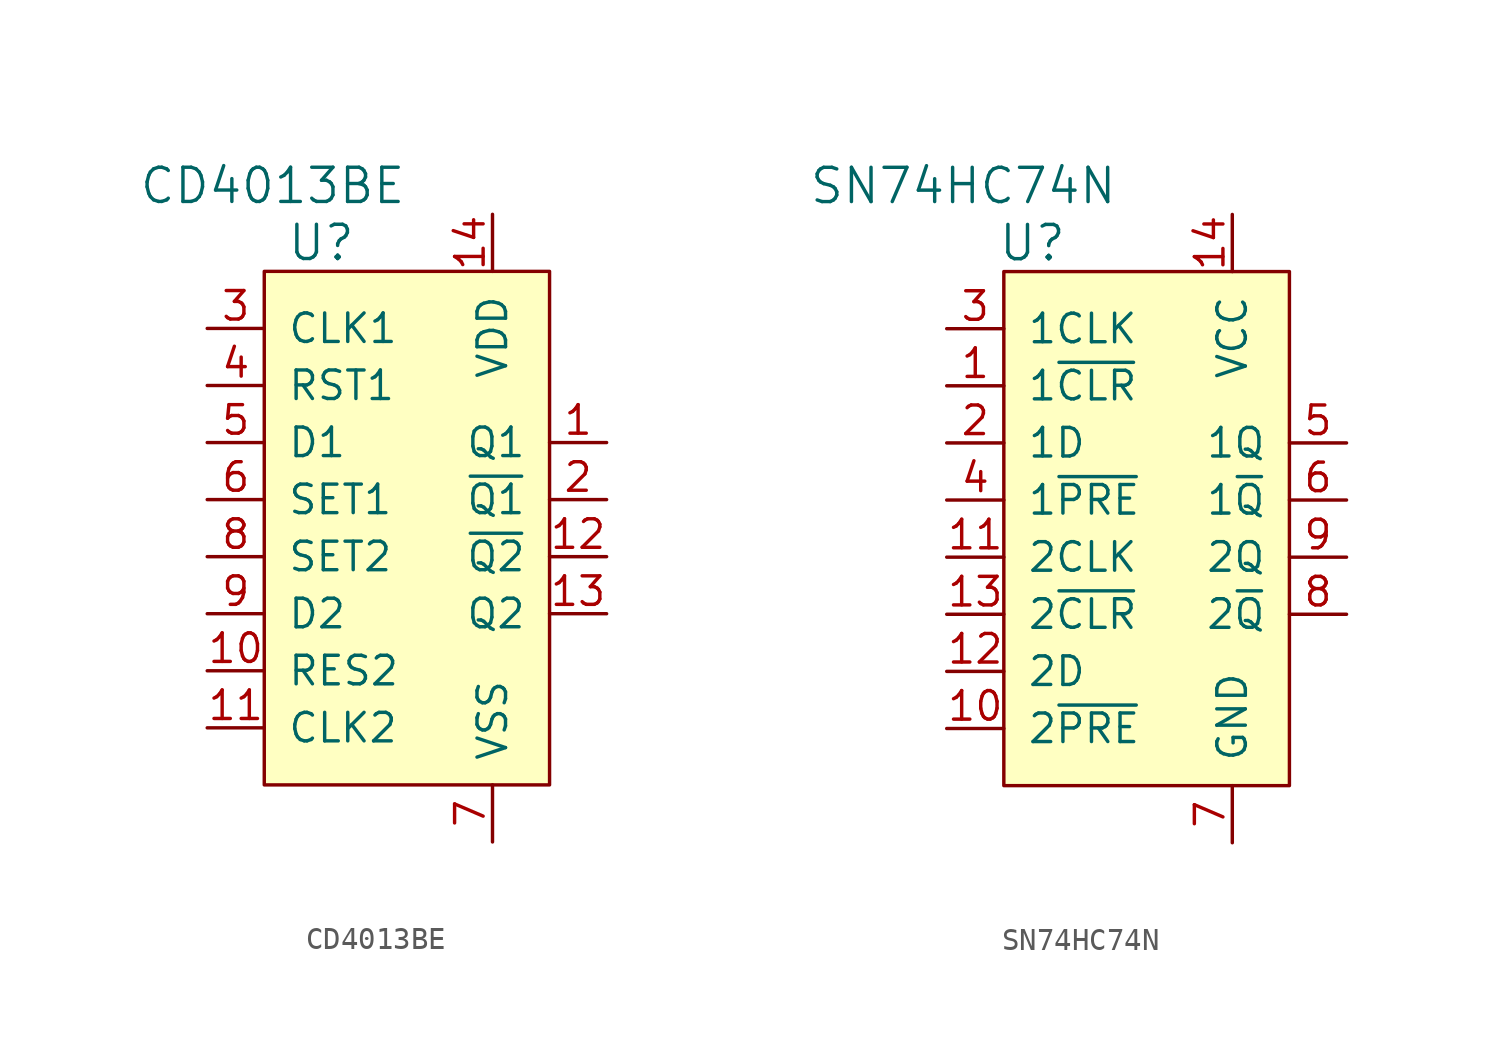
<source format=kicad_sym>
(kicad_symbol_lib
  (version 20220914)
  (generator kicad_symbol_editor)
  (symbol "CD4013BE"
    (pin_names
      (offset 1.016))
    (property "Reference" "U"
      (at -5.08 3.81 0)
      (effects (font (size 1.524 1.524))))
    (property "Value" "CD4013BE"
      (at -1.27 6.35 0)
      (effects (font (size 1.524 1.524)) (justify right)))
    (symbol "CD4013BE_0_1"
      (rectangle (start -7.62 2.54) (end 5.08 -20.32) (stroke (width 0) (type solid)) (fill (type background))))
    (symbol "CD4013BE_1_1"
      (pin output line (at 7.62 -5.08 180) (length 2.54) (name "Q1" (effects (font (size 1.27 1.27)))) (number "1" (effects (font (size 1.27 1.27)))))
      (pin input line (at -10.16 -15.24 0) (length 2.54) (name "RES2" (effects (font (size 1.27 1.27)))) (number "10" (effects (font (size 1.27 1.27)))))
      (pin input line (at -10.16 -17.78 0) (length 2.54) (name "CLK2" (effects (font (size 1.27 1.27)))) (number "11" (effects (font (size 1.27 1.27)))))
      (pin output line (at 7.62 -10.16 180) (length 2.54) (name "~{Q2}" (effects (font (size 1.27 1.27)))) (number "12" (effects (font (size 1.27 1.27)))))
      (pin output line (at 7.62 -12.7 180) (length 2.54) (name "Q2" (effects (font (size 1.27 1.27)))) (number "13" (effects (font (size 1.27 1.27)))))
      (pin power_in line (at 2.54 5.08 270) (length 2.54) (name "VDD" (effects (font (size 1.27 1.27)))) (number "14" (effects (font (size 1.27 1.27)))))
      (pin output line (at 7.62 -7.62 180) (length 2.54) (name "~{Q1}" (effects (font (size 1.27 1.27)))) (number "2" (effects (font (size 1.27 1.27)))))
      (pin input line (at -10.16 0 0) (length 2.54) (name "CLK1" (effects (font (size 1.27 1.27)))) (number "3" (effects (font (size 1.27 1.27)))))
      (pin input line (at -10.16 -2.54 0) (length 2.54) (name "RST1" (effects (font (size 1.27 1.27)))) (number "4" (effects (font (size 1.27 1.27)))))
      (pin input line (at -10.16 -5.08 0) (length 2.54) (name "D1" (effects (font (size 1.27 1.27)))) (number "5" (effects (font (size 1.27 1.27)))))
      (pin input line (at -10.16 -7.62 0) (length 2.54) (name "SET1" (effects (font (size 1.27 1.27)))) (number "6" (effects (font (size 1.27 1.27)))))
      (pin power_in line (at 2.54 -22.86 90) (length 2.54) (name "VSS" (effects (font (size 1.27 1.27)))) (number "7" (effects (font (size 1.27 1.27)))))
      (pin input line (at -10.16 -10.16 0) (length 2.54) (name "SET2" (effects (font (size 1.27 1.27)))) (number "8" (effects (font (size 1.27 1.27)))))
      (pin input line (at -10.16 -12.7 0) (length 2.54) (name "D2" (effects (font (size 1.27 1.27)))) (number "9" (effects (font (size 1.27 1.27)))))))
  (symbol "SN74HC74N"
    (pin_names
      (offset 1.016))
    (property "Reference" "U"
      (at -6.35 11.43 0)
      (effects (font (size 1.524 1.524))))
    (property "Value" "SN74HC74N"
      (at -2.54 13.97 0)
      (effects (font (size 1.524 1.524)) (justify right)))
    (symbol "SN74HC74N_0_1"
      (rectangle (start -7.62 10.16) (end 5.08 -12.7) (stroke (width 0) (type solid)) (fill (type background))))
    (symbol "SN74HC74N_1_1"
      (pin input line (at -10.16 5.08 0) (length 2.54) (name "1~{CLR}" (effects (font (size 1.27 1.27)))) (number "1" (effects (font (size 1.27 1.27)))))
      (pin input line (at -10.16 -10.16 0) (length 2.54) (name "2~{PRE}" (effects (font (size 1.27 1.27)))) (number "10" (effects (font (size 1.27 1.27)))))
      (pin input line (at -10.16 -2.54 0) (length 2.54) (name "2CLK" (effects (font (size 1.27 1.27)))) (number "11" (effects (font (size 1.27 1.27)))))
      (pin input line (at -10.16 -7.62 0) (length 2.54) (name "2D" (effects (font (size 1.27 1.27)))) (number "12" (effects (font (size 1.27 1.27)))))
      (pin input line (at -10.16 -5.08 0) (length 2.54) (name "2~{CLR}" (effects (font (size 1.27 1.27)))) (number "13" (effects (font (size 1.27 1.27)))))
      (pin power_in line (at 2.54 12.7 270) (length 2.54) (name "VCC" (effects (font (size 1.27 1.27)))) (number "14" (effects (font (size 1.27 1.27)))))
      (pin input line (at -10.16 2.54 0) (length 2.54) (name "1D" (effects (font (size 1.27 1.27)))) (number "2" (effects (font (size 1.27 1.27)))))
      (pin input line (at -10.16 7.62 0) (length 2.54) (name "1CLK" (effects (font (size 1.27 1.27)))) (number "3" (effects (font (size 1.27 1.27)))))
      (pin input line (at -10.16 0 0) (length 2.54) (name "1~{PRE}" (effects (font (size 1.27 1.27)))) (number "4" (effects (font (size 1.27 1.27)))))
      (pin output line (at 7.62 2.54 180) (length 2.54) (name "1Q" (effects (font (size 1.27 1.27)))) (number "5" (effects (font (size 1.27 1.27)))))
      (pin output line (at 7.62 0 180) (length 2.54) (name "1~{Q}" (effects (font (size 1.27 1.27)))) (number "6" (effects (font (size 1.27 1.27)))))
      (pin power_in line (at 2.54 -15.24 90) (length 2.54) (name "GND" (effects (font (size 1.27 1.27)))) (number "7" (effects (font (size 1.27 1.27)))))
      (pin output line (at 7.62 -5.08 180) (length 2.54) (name "2~{Q}" (effects (font (size 1.27 1.27)))) (number "8" (effects (font (size 1.27 1.27)))))
      (pin output line (at 7.62 -2.54 180) (length 2.54) (name "2Q" (effects (font (size 1.27 1.27)))) (number "9" (effects (font (size 1.27 1.27))))))))
</source>
